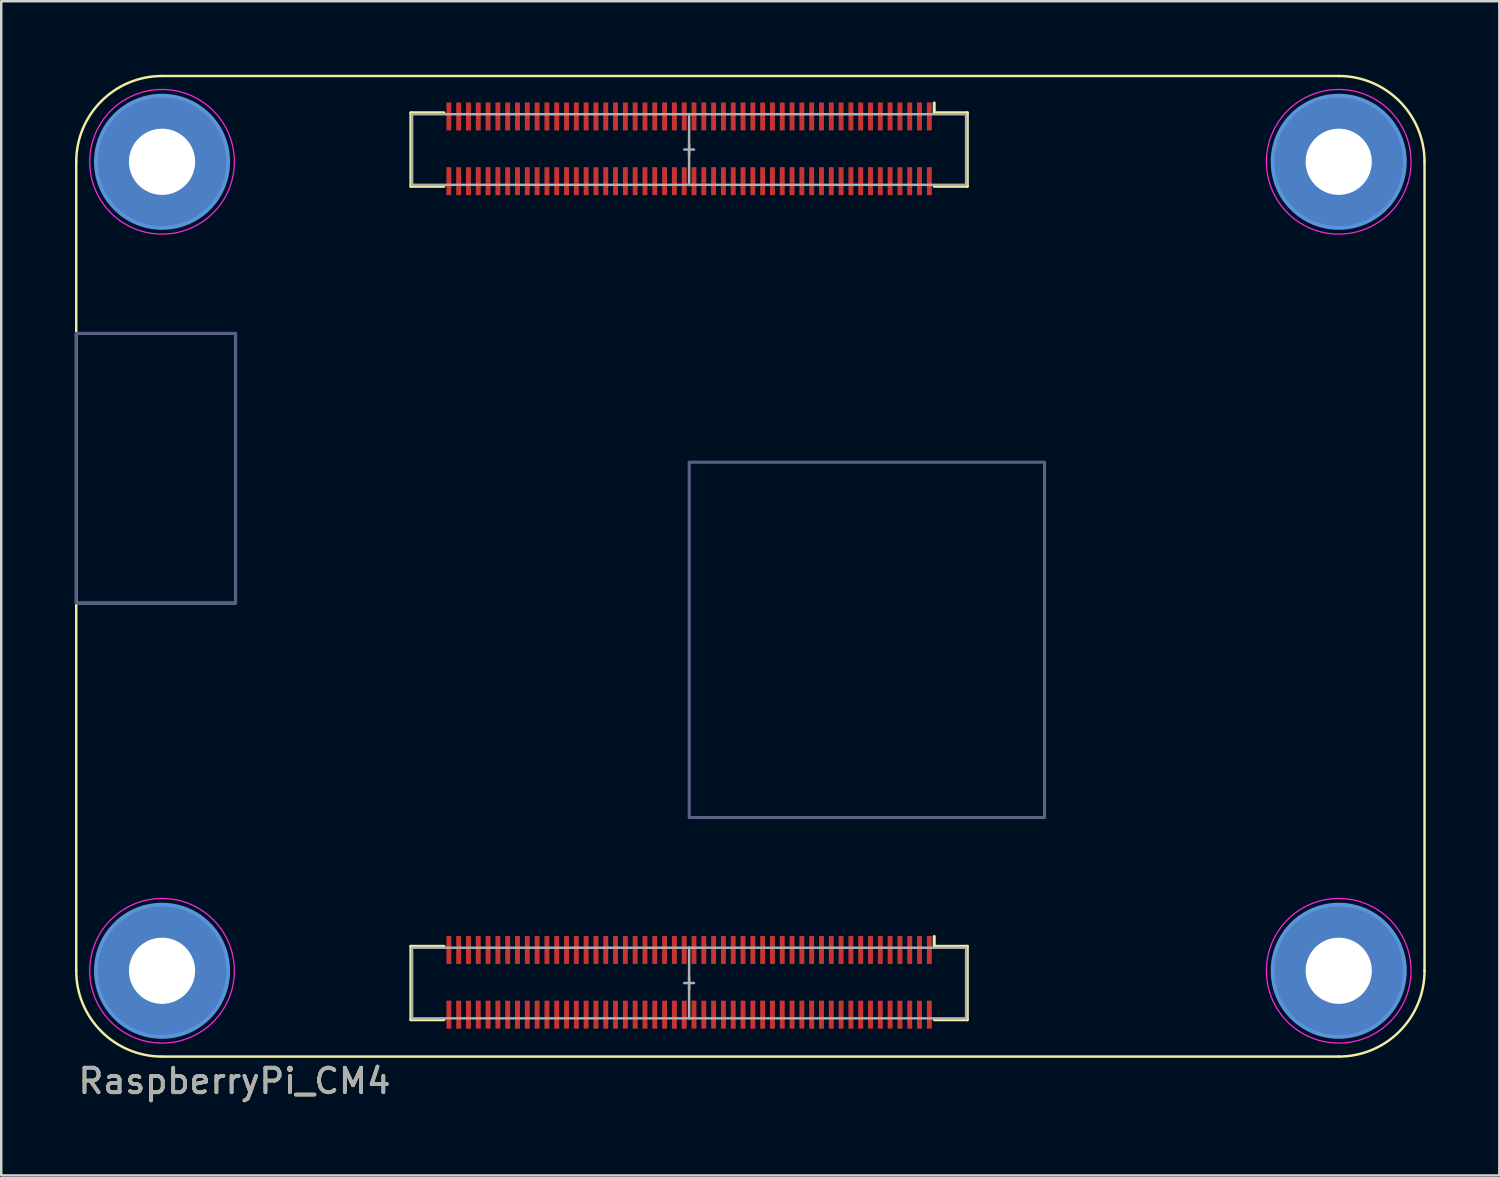
<source format=kicad_pcb>
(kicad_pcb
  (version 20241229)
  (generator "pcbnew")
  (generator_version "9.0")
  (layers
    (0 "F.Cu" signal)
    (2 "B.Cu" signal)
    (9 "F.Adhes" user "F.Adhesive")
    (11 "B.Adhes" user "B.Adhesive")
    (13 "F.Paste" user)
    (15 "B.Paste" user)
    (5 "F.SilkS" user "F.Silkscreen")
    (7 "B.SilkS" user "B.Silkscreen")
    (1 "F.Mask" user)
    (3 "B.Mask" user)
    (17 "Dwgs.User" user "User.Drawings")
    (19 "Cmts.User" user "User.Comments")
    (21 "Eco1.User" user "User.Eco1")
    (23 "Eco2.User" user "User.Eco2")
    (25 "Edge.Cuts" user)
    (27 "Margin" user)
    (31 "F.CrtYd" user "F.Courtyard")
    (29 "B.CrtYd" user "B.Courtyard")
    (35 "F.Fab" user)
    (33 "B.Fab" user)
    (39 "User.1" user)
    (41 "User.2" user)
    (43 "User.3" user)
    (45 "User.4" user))
  (footprint "RaspberryPi_CM4"
    (layer "F.Cu")
    (at 27.56 20.05)
    (property "Reference" "RaspberryPi_CM4" (at -27.5 21 0) (unlocked yes) (layer "F.SilkS") (effects (font (size 1 1) (thickness 0.15)) (justify left)))
    (attr through_hole)
    (fp_line (start -27.5 16.5) (end -27.5 -16.5) (stroke (width 0.1) (type solid)) (layer "F.SilkS"))
    (fp_line (start -24 -20) (end 24 -20) (stroke (width 0.1) (type solid)) (layer "F.SilkS"))
    (fp_line (start -13.85 -18.5) (end -13.85 -15.5) (stroke (width 0.12) (type solid)) (layer "F.SilkS"))
    (fp_line (start -13.85 -15.5) (end -12.5 -15.5) (stroke (width 0.12) (type solid)) (layer "F.SilkS"))
    (fp_line (start -13.85 15.5) (end -13.85 18.5) (stroke (width 0.12) (type solid)) (layer "F.SilkS"))
    (fp_line (start -13.85 18.5) (end -12.5 18.5) (stroke (width 0.12) (type solid)) (layer "F.SilkS"))
    (fp_line (start -12.5 -18.5) (end -13.85 -18.5) (stroke (width 0.12) (type solid)) (layer "F.SilkS"))
    (fp_line (start -12.5 15.5) (end -13.85 15.5) (stroke (width 0.12) (type solid)) (layer "F.SilkS"))
    (fp_line (start 7.5 -18.5) (end 7.5 -18.9) (stroke (width 0.12) (type solid)) (layer "F.SilkS"))
    (fp_line (start 7.5 -18.5) (end 8.85 -18.5) (stroke (width 0.12) (type solid)) (layer "F.SilkS"))
    (fp_line (start 7.5 15.5) (end 7.5 15.1) (stroke (width 0.12) (type solid)) (layer "F.SilkS"))
    (fp_line (start 7.5 15.5) (end 8.85 15.5) (stroke (width 0.12) (type solid)) (layer "F.SilkS"))
    (fp_line (start 8.85 -18.5) (end 8.85 -15.5) (stroke (width 0.12) (type solid)) (layer "F.SilkS"))
    (fp_line (start 8.85 -15.5) (end 7.5 -15.5) (stroke (width 0.12) (type solid)) (layer "F.SilkS"))
    (fp_line (start 8.85 15.5) (end 8.85 18.5) (stroke (width 0.12) (type solid)) (layer "F.SilkS"))
    (fp_line (start 8.85 18.5) (end 7.5 18.5) (stroke (width 0.12) (type solid)) (layer "F.SilkS"))
    (fp_line (start 24 20) (end -24 20) (stroke (width 0.1) (type solid)) (layer "F.SilkS"))
    (fp_line (start 27.5 -16.5) (end 27.5 16.5) (stroke (width 0.1) (type solid)) (layer "F.SilkS"))
    (fp_arc (start -27.5 -16.5) (mid -26.474874 -18.974874) (end -24 -20) (stroke (width 0.1) (type solid)) (layer "F.SilkS"))
    (fp_arc (start -24 20) (mid -26.474874 18.974874) (end -27.5 16.5) (stroke (width 0.1) (type solid)) (layer "F.SilkS"))
    (fp_arc (start 24 -20) (mid 26.474874 -18.974874) (end 27.5 -16.5) (stroke (width 0.1) (type solid)) (layer "F.SilkS"))
    (fp_arc (start 27.5 16.5) (mid 26.474874 18.974874) (end 24 20) (stroke (width 0.1) (type solid)) (layer "F.SilkS"))
    (fp_circle (center -24 -16.5) (end -21.3 -16.5) (stroke (width 0.15) (type solid)) (fill no) (layer "Cmts.User"))
    (fp_circle (center -24 16.5) (end -21.3 16.5) (stroke (width 0.15) (type solid)) (fill no) (layer "Cmts.User"))
    (fp_circle (center 24 -16.5) (end 26.7 -16.5) (stroke (width 0.15) (type solid)) (fill no) (layer "Cmts.User"))
    (fp_circle (center 24 16.5) (end 26.7 16.5) (stroke (width 0.15) (type solid)) (fill no) (layer "Cmts.User"))
    (fp_circle (center -24 -16.5) (end -21.05 -16.5) (stroke (width 0.05) (type solid)) (fill no) (layer "F.CrtYd"))
    (fp_circle (center -24 16.5) (end -21.05 16.5) (stroke (width 0.05) (type solid)) (fill no) (layer "F.CrtYd"))
    (fp_circle (center 24 -16.5) (end 26.95 -16.5) (stroke (width 0.05) (type solid)) (fill no) (layer "F.CrtYd"))
    (fp_circle (center 24 16.5) (end 26.95 16.5) (stroke (width 0.05) (type solid)) (fill no) (layer "F.CrtYd"))
    (fp_rect (start -21 1.5) (end -27.5 -9.5) (stroke (width 0.12) (type solid)) (fill no) (layer "B.Fab"))
    (fp_rect (start -2.5 -4.25) (end 12 10.25) (stroke (width 0.1) (type solid)) (fill no) (layer "B.Fab"))
    (fp_line (start -2.7 -17) (end -2.3 -17) (stroke (width 0.1) (type solid)) (layer "F.Fab"))
    (fp_line (start -2.7 17) (end -2.3 17) (stroke (width 0.1) (type solid)) (layer "F.Fab"))
    (fp_line (start -2.5 -18.45) (end -2.5 -15.55) (stroke (width 0.1) (type solid)) (layer "F.Fab"))
    (fp_line (start -2.5 -16.75) (end -2.5 -17.25) (stroke (width 0.1) (type solid)) (layer "F.Fab"))
    (fp_line (start -2.5 15.55) (end -2.5 18.45) (stroke (width 0.1) (type solid)) (layer "F.Fab"))
    (fp_line (start -2.5 16.75) (end -2.5 17.25) (stroke (width 0.1) (type solid)) (layer "F.Fab"))
    (fp_rect (start -21 1.5) (end -27.5 -9.5) (stroke (width 0.12) (type solid)) (fill no) (layer "F.Fab"))
    (fp_rect (start -13.8 -18.44) (end 8.8 -15.56) (stroke (width 0.1) (type solid)) (fill no) (layer "F.Fab"))
    (fp_rect (start -13.8 15.56) (end 8.8 18.44) (stroke (width 0.1) (type solid)) (fill no) (layer "F.Fab"))
    (fp_rect (start -2.5 -4.25) (end 12 10.25) (stroke (width 0.1) (type solid)) (fill no) (layer "F.Fab"))
    (fp_text user "${REFERENCE}" (at -27.5 21 0) (unlocked yes) (layer "F.Fab") (effects (font (size 1 1) (thickness 0.15)) (justify left)))
    (pad "" thru_hole circle (at -24 -16.5) (size 5.4 5.4) (drill 2.7) (layers "*.Cu" "*.Mask"))
    (pad "" thru_hole circle (at -24 16.5) (size 5.4 5.4) (drill 2.7) (layers "*.Cu" "*.Mask"))
    (pad "" thru_hole circle (at 24 -16.5) (size 5.4 5.4) (drill 2.7) (layers "*.Cu" "*.Mask"))
    (pad "" thru_hole circle (at 24 16.5) (size 5.4 5.4) (drill 2.7) (layers "*.Cu" "*.Mask"))
    (pad "1" smd rect (at 7.3 -18.35) (size 0.2 1.14) (layers "F.Cu" "F.Mask" "F.Paste"))
    (pad "2" smd rect (at 7.3 -15.71) (size 0.2 1.14) (layers "F.Cu" "F.Mask" "F.Paste"))
    (pad "3" smd rect (at 6.9 -18.35) (size 0.2 1.14) (layers "F.Cu" "F.Mask" "F.Paste"))
    (pad "4" smd rect (at 6.9 -15.71) (size 0.2 1.14) (layers "F.Cu" "F.Mask" "F.Paste"))
    (pad "5" smd rect (at 6.5 -18.35) (size 0.2 1.14) (layers "F.Cu" "F.Mask" "F.Paste"))
    (pad "6" smd rect (at 6.5 -15.71) (size 0.2 1.14) (layers "F.Cu" "F.Mask" "F.Paste"))
    (pad "7" smd rect (at 6.1 -18.35) (size 0.2 1.14) (layers "F.Cu" "F.Mask" "F.Paste"))
    (pad "8" smd rect (at 6.1 -15.71) (size 0.2 1.14) (layers "F.Cu" "F.Mask" "F.Paste"))
    (pad "9" smd rect (at 5.7 -18.35) (size 0.2 1.14) (layers "F.Cu" "F.Mask" "F.Paste"))
    (pad "10" smd rect (at 5.7 -15.71) (size 0.2 1.14) (layers "F.Cu" "F.Mask" "F.Paste"))
    (pad "11" smd rect (at 5.3 -18.35) (size 0.2 1.14) (layers "F.Cu" "F.Mask" "F.Paste"))
    (pad "12" smd rect (at 5.3 -15.71) (size 0.2 1.14) (layers "F.Cu" "F.Mask" "F.Paste"))
    (pad "13" smd rect (at 4.9 -18.35) (size 0.2 1.14) (layers "F.Cu" "F.Mask" "F.Paste"))
    (pad "14" smd rect (at 4.9 -15.71) (size 0.2 1.14) (layers "F.Cu" "F.Mask" "F.Paste"))
    (pad "15" smd rect (at 4.5 -18.35) (size 0.2 1.14) (layers "F.Cu" "F.Mask" "F.Paste"))
    (pad "16" smd rect (at 4.5 -15.71) (size 0.2 1.14) (layers "F.Cu" "F.Mask" "F.Paste"))
    (pad "17" smd rect (at 4.1 -18.35) (size 0.2 1.14) (layers "F.Cu" "F.Mask" "F.Paste"))
    (pad "18" smd rect (at 4.1 -15.71) (size 0.2 1.14) (layers "F.Cu" "F.Mask" "F.Paste"))
    (pad "19" smd rect (at 3.7 -18.35) (size 0.2 1.14) (layers "F.Cu" "F.Mask" "F.Paste"))
    (pad "20" smd rect (at 3.7 -15.71) (size 0.2 1.14) (layers "F.Cu" "F.Mask" "F.Paste"))
    (pad "21" smd rect (at 3.3 -18.35) (size 0.2 1.14) (layers "F.Cu" "F.Mask" "F.Paste"))
    (pad "22" smd rect (at 3.3 -15.71) (size 0.2 1.14) (layers "F.Cu" "F.Mask" "F.Paste"))
    (pad "23" smd rect (at 2.9 -18.35) (size 0.2 1.14) (layers "F.Cu" "F.Mask" "F.Paste"))
    (pad "24" smd rect (at 2.9 -15.71) (size 0.2 1.14) (layers "F.Cu" "F.Mask" "F.Paste"))
    (pad "25" smd rect (at 2.5 -18.35) (size 0.2 1.14) (layers "F.Cu" "F.Mask" "F.Paste"))
    (pad "26" smd rect (at 2.5 -15.71) (size 0.2 1.14) (layers "F.Cu" "F.Mask" "F.Paste"))
    (pad "27" smd rect (at 2.1 -18.35) (size 0.2 1.14) (layers "F.Cu" "F.Mask" "F.Paste"))
    (pad "28" smd rect (at 2.1 -15.71) (size 0.2 1.14) (layers "F.Cu" "F.Mask" "F.Paste"))
    (pad "29" smd rect (at 1.7 -18.35) (size 0.2 1.14) (layers "F.Cu" "F.Mask" "F.Paste"))
    (pad "30" smd rect (at 1.7 -15.71) (size 0.2 1.14) (layers "F.Cu" "F.Mask" "F.Paste"))
    (pad "31" smd rect (at 1.3 -18.35) (size 0.2 1.14) (layers "F.Cu" "F.Mask" "F.Paste"))
    (pad "32" smd rect (at 1.3 -15.71) (size 0.2 1.14) (layers "F.Cu" "F.Mask" "F.Paste"))
    (pad "33" smd rect (at 0.9 -18.35) (size 0.2 1.14) (layers "F.Cu" "F.Mask" "F.Paste"))
    (pad "34" smd rect (at 0.9 -15.71) (size 0.2 1.14) (layers "F.Cu" "F.Mask" "F.Paste"))
    (pad "35" smd rect (at 0.5 -18.35) (size 0.2 1.14) (layers "F.Cu" "F.Mask" "F.Paste"))
    (pad "36" smd rect (at 0.5 -15.71) (size 0.2 1.14) (layers "F.Cu" "F.Mask" "F.Paste"))
    (pad "37" smd rect (at 0.1 -18.35) (size 0.2 1.14) (layers "F.Cu" "F.Mask" "F.Paste"))
    (pad "38" smd rect (at 0.1 -15.71) (size 0.2 1.14) (layers "F.Cu" "F.Mask" "F.Paste"))
    (pad "39" smd rect (at -0.3 -18.35) (size 0.2 1.14) (layers "F.Cu" "F.Mask" "F.Paste"))
    (pad "40" smd rect (at -0.3 -15.71) (size 0.2 1.14) (layers "F.Cu" "F.Mask" "F.Paste"))
    (pad "41" smd rect (at -0.7 -18.35) (size 0.2 1.14) (layers "F.Cu" "F.Mask" "F.Paste"))
    (pad "42" smd rect (at -0.7 -15.71) (size 0.2 1.14) (layers "F.Cu" "F.Mask" "F.Paste"))
    (pad "43" smd rect (at -1.1 -18.35) (size 0.2 1.14) (layers "F.Cu" "F.Mask" "F.Paste"))
    (pad "44" smd rect (at -1.1 -15.71) (size 0.2 1.14) (layers "F.Cu" "F.Mask" "F.Paste"))
    (pad "45" smd rect (at -1.5 -18.35) (size 0.2 1.14) (layers "F.Cu" "F.Mask" "F.Paste"))
    (pad "46" smd rect (at -1.5 -15.71) (size 0.2 1.14) (layers "F.Cu" "F.Mask" "F.Paste"))
    (pad "47" smd rect (at -1.9 -18.35) (size 0.2 1.14) (layers "F.Cu" "F.Mask" "F.Paste"))
    (pad "48" smd rect (at -1.9 -15.71) (size 0.2 1.14) (layers "F.Cu" "F.Mask" "F.Paste"))
    (pad "49" smd rect (at -2.3 -18.35) (size 0.2 1.14) (layers "F.Cu" "F.Mask" "F.Paste"))
    (pad "50" smd rect (at -2.3 -15.71) (size 0.2 1.14) (layers "F.Cu" "F.Mask" "F.Paste"))
    (pad "51" smd rect (at -2.7 -18.35) (size 0.2 1.14) (layers "F.Cu" "F.Mask" "F.Paste"))
    (pad "52" smd rect (at -2.7 -15.71) (size 0.2 1.14) (layers "F.Cu" "F.Mask" "F.Paste"))
    (pad "53" smd rect (at -3.1 -18.35) (size 0.2 1.14) (layers "F.Cu" "F.Mask" "F.Paste"))
    (pad "54" smd rect (at -3.1 -15.71) (size 0.2 1.14) (layers "F.Cu" "F.Mask" "F.Paste"))
    (pad "55" smd rect (at -3.5 -18.35) (size 0.2 1.14) (layers "F.Cu" "F.Mask" "F.Paste"))
    (pad "56" smd rect (at -3.5 -15.71) (size 0.2 1.14) (layers "F.Cu" "F.Mask" "F.Paste"))
    (pad "57" smd rect (at -3.9 -18.35) (size 0.2 1.14) (layers "F.Cu" "F.Mask" "F.Paste"))
    (pad "58" smd rect (at -3.9 -15.71) (size 0.2 1.14) (layers "F.Cu" "F.Mask" "F.Paste"))
    (pad "59" smd rect (at -4.3 -18.35) (size 0.2 1.14) (layers "F.Cu" "F.Mask" "F.Paste"))
    (pad "60" smd rect (at -4.3 -15.71) (size 0.2 1.14) (layers "F.Cu" "F.Mask" "F.Paste"))
    (pad "61" smd rect (at -4.7 -18.35) (size 0.2 1.14) (layers "F.Cu" "F.Mask" "F.Paste"))
    (pad "62" smd rect (at -4.7 -15.71) (size 0.2 1.14) (layers "F.Cu" "F.Mask" "F.Paste"))
    (pad "63" smd rect (at -5.1 -18.35) (size 0.2 1.14) (layers "F.Cu" "F.Mask" "F.Paste"))
    (pad "64" smd rect (at -5.1 -15.71) (size 0.2 1.14) (layers "F.Cu" "F.Mask" "F.Paste"))
    (pad "65" smd rect (at -5.5 -18.35) (size 0.2 1.14) (layers "F.Cu" "F.Mask" "F.Paste"))
    (pad "66" smd rect (at -5.5 -15.71) (size 0.2 1.14) (layers "F.Cu" "F.Mask" "F.Paste"))
    (pad "67" smd rect (at -5.9 -18.35) (size 0.2 1.14) (layers "F.Cu" "F.Mask" "F.Paste"))
    (pad "68" smd rect (at -5.9 -15.71) (size 0.2 1.14) (layers "F.Cu" "F.Mask" "F.Paste"))
    (pad "69" smd rect (at -6.3 -18.35) (size 0.2 1.14) (layers "F.Cu" "F.Mask" "F.Paste"))
    (pad "70" smd rect (at -6.3 -15.71) (size 0.2 1.14) (layers "F.Cu" "F.Mask" "F.Paste"))
    (pad "71" smd rect (at -6.7 -18.35) (size 0.2 1.14) (layers "F.Cu" "F.Mask" "F.Paste"))
    (pad "72" smd rect (at -6.7 -15.71) (size 0.2 1.14) (layers "F.Cu" "F.Mask" "F.Paste"))
    (pad "73" smd rect (at -7.1 -18.35) (size 0.2 1.14) (layers "F.Cu" "F.Mask" "F.Paste"))
    (pad "74" smd rect (at -7.1 -15.71) (size 0.2 1.14) (layers "F.Cu" "F.Mask" "F.Paste"))
    (pad "75" smd rect (at -7.5 -18.35) (size 0.2 1.14) (layers "F.Cu" "F.Mask" "F.Paste"))
    (pad "76" smd rect (at -7.5 -15.71) (size 0.2 1.14) (layers "F.Cu" "F.Mask" "F.Paste"))
    (pad "77" smd rect (at -7.9 -18.35) (size 0.2 1.14) (layers "F.Cu" "F.Mask" "F.Paste"))
    (pad "78" smd rect (at -7.9 -15.71) (size 0.2 1.14) (layers "F.Cu" "F.Mask" "F.Paste"))
    (pad "79" smd rect (at -8.3 -18.35) (size 0.2 1.14) (layers "F.Cu" "F.Mask" "F.Paste"))
    (pad "80" smd rect (at -8.3 -15.71) (size 0.2 1.14) (layers "F.Cu" "F.Mask" "F.Paste"))
    (pad "81" smd rect (at -8.7 -18.35) (size 0.2 1.14) (layers "F.Cu" "F.Mask" "F.Paste"))
    (pad "82" smd rect (at -8.7 -15.71) (size 0.2 1.14) (layers "F.Cu" "F.Mask" "F.Paste"))
    (pad "83" smd rect (at -9.1 -18.35) (size 0.2 1.14) (layers "F.Cu" "F.Mask" "F.Paste"))
    (pad "84" smd rect (at -9.1 -15.71) (size 0.2 1.14) (layers "F.Cu" "F.Mask" "F.Paste"))
    (pad "85" smd rect (at -9.5 -18.35) (size 0.2 1.14) (layers "F.Cu" "F.Mask" "F.Paste"))
    (pad "86" smd rect (at -9.5 -15.71) (size 0.2 1.14) (layers "F.Cu" "F.Mask" "F.Paste"))
    (pad "87" smd rect (at -9.9 -18.35) (size 0.2 1.14) (layers "F.Cu" "F.Mask" "F.Paste"))
    (pad "88" smd rect (at -9.9 -15.71) (size 0.2 1.14) (layers "F.Cu" "F.Mask" "F.Paste"))
    (pad "89" smd rect (at -10.3 -18.35) (size 0.2 1.14) (layers "F.Cu" "F.Mask" "F.Paste"))
    (pad "90" smd rect (at -10.3 -15.71) (size 0.2 1.14) (layers "F.Cu" "F.Mask" "F.Paste"))
    (pad "91" smd rect (at -10.7 -18.35) (size 0.2 1.14) (layers "F.Cu" "F.Mask" "F.Paste"))
    (pad "92" smd rect (at -10.7 -15.71) (size 0.2 1.14) (layers "F.Cu" "F.Mask" "F.Paste"))
    (pad "93" smd rect (at -11.1 -18.35) (size 0.2 1.14) (layers "F.Cu" "F.Mask" "F.Paste"))
    (pad "94" smd rect (at -11.1 -15.71) (size 0.2 1.14) (layers "F.Cu" "F.Mask" "F.Paste"))
    (pad "95" smd rect (at -11.5 -18.35) (size 0.2 1.14) (layers "F.Cu" "F.Mask" "F.Paste"))
    (pad "96" smd rect (at -11.5 -15.71) (size 0.2 1.14) (layers "F.Cu" "F.Mask" "F.Paste"))
    (pad "97" smd rect (at -11.9 -18.35) (size 0.2 1.14) (layers "F.Cu" "F.Mask" "F.Paste"))
    (pad "98" smd rect (at -11.9 -15.71) (size 0.2 1.14) (layers "F.Cu" "F.Mask" "F.Paste"))
    (pad "99" smd rect (at -12.3 -18.35) (size 0.2 1.14) (layers "F.Cu" "F.Mask" "F.Paste"))
    (pad "100" smd rect (at -12.3 -15.71) (size 0.2 1.14) (layers "F.Cu" "F.Mask" "F.Paste"))
    (pad "101" smd rect (at 7.3 15.65) (size 0.2 1.14) (layers "F.Cu" "F.Mask" "F.Paste"))
    (pad "102" smd rect (at 7.3 18.29) (size 0.2 1.14) (layers "F.Cu" "F.Mask" "F.Paste"))
    (pad "103" smd rect (at 6.9 15.65) (size 0.2 1.14) (layers "F.Cu" "F.Mask" "F.Paste"))
    (pad "104" smd rect (at 6.9 18.29) (size 0.2 1.14) (layers "F.Cu" "F.Mask" "F.Paste"))
    (pad "105" smd rect (at 6.5 15.65) (size 0.2 1.14) (layers "F.Cu" "F.Mask" "F.Paste"))
    (pad "106" smd rect (at 6.5 18.29) (size 0.2 1.14) (layers "F.Cu" "F.Mask" "F.Paste"))
    (pad "107" smd rect (at 6.1 15.65) (size 0.2 1.14) (layers "F.Cu" "F.Mask" "F.Paste"))
    (pad "108" smd rect (at 6.1 18.29) (size 0.2 1.14) (layers "F.Cu" "F.Mask" "F.Paste"))
    (pad "109" smd rect (at 5.7 15.65) (size 0.2 1.14) (layers "F.Cu" "F.Mask" "F.Paste"))
    (pad "110" smd rect (at 5.7 18.29) (size 0.2 1.14) (layers "F.Cu" "F.Mask" "F.Paste"))
    (pad "111" smd rect (at 5.3 15.65) (size 0.2 1.14) (layers "F.Cu" "F.Mask" "F.Paste"))
    (pad "112" smd rect (at 5.3 18.29) (size 0.2 1.14) (layers "F.Cu" "F.Mask" "F.Paste"))
    (pad "113" smd rect (at 4.9 15.65) (size 0.2 1.14) (layers "F.Cu" "F.Mask" "F.Paste"))
    (pad "114" smd rect (at 4.9 18.29) (size 0.2 1.14) (layers "F.Cu" "F.Mask" "F.Paste"))
    (pad "115" smd rect (at 4.5 15.65) (size 0.2 1.14) (layers "F.Cu" "F.Mask" "F.Paste"))
    (pad "116" smd rect (at 4.5 18.29) (size 0.2 1.14) (layers "F.Cu" "F.Mask" "F.Paste"))
    (pad "117" smd rect (at 4.1 15.65) (size 0.2 1.14) (layers "F.Cu" "F.Mask" "F.Paste"))
    (pad "118" smd rect (at 4.1 18.29) (size 0.2 1.14) (layers "F.Cu" "F.Mask" "F.Paste"))
    (pad "119" smd rect (at 3.7 15.65) (size 0.2 1.14) (layers "F.Cu" "F.Mask" "F.Paste"))
    (pad "120" smd rect (at 3.7 18.29) (size 0.2 1.14) (layers "F.Cu" "F.Mask" "F.Paste"))
    (pad "121" smd rect (at 3.3 15.65) (size 0.2 1.14) (layers "F.Cu" "F.Mask" "F.Paste"))
    (pad "122" smd rect (at 3.3 18.29) (size 0.2 1.14) (layers "F.Cu" "F.Mask" "F.Paste"))
    (pad "123" smd rect (at 2.9 15.65) (size 0.2 1.14) (layers "F.Cu" "F.Mask" "F.Paste"))
    (pad "124" smd rect (at 2.9 18.29) (size 0.2 1.14) (layers "F.Cu" "F.Mask" "F.Paste"))
    (pad "125" smd rect (at 2.5 15.65) (size 0.2 1.14) (layers "F.Cu" "F.Mask" "F.Paste"))
    (pad "126" smd rect (at 2.5 18.29) (size 0.2 1.14) (layers "F.Cu" "F.Mask" "F.Paste"))
    (pad "127" smd rect (at 2.1 15.65) (size 0.2 1.14) (layers "F.Cu" "F.Mask" "F.Paste"))
    (pad "128" smd rect (at 2.1 18.29) (size 0.2 1.14) (layers "F.Cu" "F.Mask" "F.Paste"))
    (pad "129" smd rect (at 1.7 15.65) (size 0.2 1.14) (layers "F.Cu" "F.Mask" "F.Paste"))
    (pad "130" smd rect (at 1.7 18.29) (size 0.2 1.14) (layers "F.Cu" "F.Mask" "F.Paste"))
    (pad "131" smd rect (at 1.3 15.65) (size 0.2 1.14) (layers "F.Cu" "F.Mask" "F.Paste"))
    (pad "132" smd rect (at 1.3 18.29) (size 0.2 1.14) (layers "F.Cu" "F.Mask" "F.Paste"))
    (pad "133" smd rect (at 0.9 15.65) (size 0.2 1.14) (layers "F.Cu" "F.Mask" "F.Paste"))
    (pad "134" smd rect (at 0.9 18.29) (size 0.2 1.14) (layers "F.Cu" "F.Mask" "F.Paste"))
    (pad "135" smd rect (at 0.5 15.65) (size 0.2 1.14) (layers "F.Cu" "F.Mask" "F.Paste"))
    (pad "136" smd rect (at 0.5 18.29) (size 0.2 1.14) (layers "F.Cu" "F.Mask" "F.Paste"))
    (pad "137" smd rect (at 0.1 15.65) (size 0.2 1.14) (layers "F.Cu" "F.Mask" "F.Paste"))
    (pad "138" smd rect (at 0.1 18.29) (size 0.2 1.14) (layers "F.Cu" "F.Mask" "F.Paste"))
    (pad "139" smd rect (at -0.3 15.65) (size 0.2 1.14) (layers "F.Cu" "F.Mask" "F.Paste"))
    (pad "140" smd rect (at -0.3 18.29) (size 0.2 1.14) (layers "F.Cu" "F.Mask" "F.Paste"))
    (pad "141" smd rect (at -0.7 15.65) (size 0.2 1.14) (layers "F.Cu" "F.Mask" "F.Paste"))
    (pad "142" smd rect (at -0.7 18.29) (size 0.2 1.14) (layers "F.Cu" "F.Mask" "F.Paste"))
    (pad "143" smd rect (at -1.1 15.65) (size 0.2 1.14) (layers "F.Cu" "F.Mask" "F.Paste"))
    (pad "144" smd rect (at -1.1 18.29) (size 0.2 1.14) (layers "F.Cu" "F.Mask" "F.Paste"))
    (pad "145" smd rect (at -1.5 15.65) (size 0.2 1.14) (layers "F.Cu" "F.Mask" "F.Paste"))
    (pad "146" smd rect (at -1.5 18.29) (size 0.2 1.14) (layers "F.Cu" "F.Mask" "F.Paste"))
    (pad "147" smd rect (at -1.9 15.65) (size 0.2 1.14) (layers "F.Cu" "F.Mask" "F.Paste"))
    (pad "148" smd rect (at -1.9 18.29) (size 0.2 1.14) (layers "F.Cu" "F.Mask" "F.Paste"))
    (pad "149" smd rect (at -2.3 15.65) (size 0.2 1.14) (layers "F.Cu" "F.Mask" "F.Paste"))
    (pad "150" smd rect (at -2.3 18.29) (size 0.2 1.14) (layers "F.Cu" "F.Mask" "F.Paste"))
    (pad "151" smd rect (at -2.7 15.65) (size 0.2 1.14) (layers "F.Cu" "F.Mask" "F.Paste"))
    (pad "152" smd rect (at -2.7 18.29) (size 0.2 1.14) (layers "F.Cu" "F.Mask" "F.Paste"))
    (pad "153" smd rect (at -3.1 15.65) (size 0.2 1.14) (layers "F.Cu" "F.Mask" "F.Paste"))
    (pad "154" smd rect (at -3.1 18.29) (size 0.2 1.14) (layers "F.Cu" "F.Mask" "F.Paste"))
    (pad "155" smd rect (at -3.5 15.65) (size 0.2 1.14) (layers "F.Cu" "F.Mask" "F.Paste"))
    (pad "156" smd rect (at -3.5 18.29) (size 0.2 1.14) (layers "F.Cu" "F.Mask" "F.Paste"))
    (pad "157" smd rect (at -3.9 15.65) (size 0.2 1.14) (layers "F.Cu" "F.Mask" "F.Paste"))
    (pad "158" smd rect (at -3.9 18.29) (size 0.2 1.14) (layers "F.Cu" "F.Mask" "F.Paste"))
    (pad "159" smd rect (at -4.3 15.65) (size 0.2 1.14) (layers "F.Cu" "F.Mask" "F.Paste"))
    (pad "160" smd rect (at -4.3 18.29) (size 0.2 1.14) (layers "F.Cu" "F.Mask" "F.Paste"))
    (pad "161" smd rect (at -4.7 15.65) (size 0.2 1.14) (layers "F.Cu" "F.Mask" "F.Paste"))
    (pad "162" smd rect (at -4.7 18.29) (size 0.2 1.14) (layers "F.Cu" "F.Mask" "F.Paste"))
    (pad "163" smd rect (at -5.1 15.65) (size 0.2 1.14) (layers "F.Cu" "F.Mask" "F.Paste"))
    (pad "164" smd rect (at -5.1 18.29) (size 0.2 1.14) (layers "F.Cu" "F.Mask" "F.Paste"))
    (pad "165" smd rect (at -5.5 15.65) (size 0.2 1.14) (layers "F.Cu" "F.Mask" "F.Paste"))
    (pad "166" smd rect (at -5.5 18.29) (size 0.2 1.14) (layers "F.Cu" "F.Mask" "F.Paste"))
    (pad "167" smd rect (at -5.9 15.65) (size 0.2 1.14) (layers "F.Cu" "F.Mask" "F.Paste"))
    (pad "168" smd rect (at -5.9 18.29) (size 0.2 1.14) (layers "F.Cu" "F.Mask" "F.Paste"))
    (pad "169" smd rect (at -6.3 15.65) (size 0.2 1.14) (layers "F.Cu" "F.Mask" "F.Paste"))
    (pad "170" smd rect (at -6.3 18.29) (size 0.2 1.14) (layers "F.Cu" "F.Mask" "F.Paste"))
    (pad "171" smd rect (at -6.7 15.65) (size 0.2 1.14) (layers "F.Cu" "F.Mask" "F.Paste"))
    (pad "172" smd rect (at -6.7 18.29) (size 0.2 1.14) (layers "F.Cu" "F.Mask" "F.Paste"))
    (pad "173" smd rect (at -7.1 15.65) (size 0.2 1.14) (layers "F.Cu" "F.Mask" "F.Paste"))
    (pad "174" smd rect (at -7.1 18.29) (size 0.2 1.14) (layers "F.Cu" "F.Mask" "F.Paste"))
    (pad "175" smd rect (at -7.5 15.65) (size 0.2 1.14) (layers "F.Cu" "F.Mask" "F.Paste"))
    (pad "176" smd rect (at -7.5 18.29) (size 0.2 1.14) (layers "F.Cu" "F.Mask" "F.Paste"))
    (pad "177" smd rect (at -7.9 15.65) (size 0.2 1.14) (layers "F.Cu" "F.Mask" "F.Paste"))
    (pad "178" smd rect (at -7.9 18.29) (size 0.2 1.14) (layers "F.Cu" "F.Mask" "F.Paste"))
    (pad "179" smd rect (at -8.3 15.65) (size 0.2 1.14) (layers "F.Cu" "F.Mask" "F.Paste"))
    (pad "180" smd rect (at -8.3 18.29) (size 0.2 1.14) (layers "F.Cu" "F.Mask" "F.Paste"))
    (pad "181" smd rect (at -8.7 15.65) (size 0.2 1.14) (layers "F.Cu" "F.Mask" "F.Paste"))
    (pad "182" smd rect (at -8.7 18.29) (size 0.2 1.14) (layers "F.Cu" "F.Mask" "F.Paste"))
    (pad "183" smd rect (at -9.1 15.65) (size 0.2 1.14) (layers "F.Cu" "F.Mask" "F.Paste"))
    (pad "184" smd rect (at -9.1 18.29) (size 0.2 1.14) (layers "F.Cu" "F.Mask" "F.Paste"))
    (pad "185" smd rect (at -9.5 15.65) (size 0.2 1.14) (layers "F.Cu" "F.Mask" "F.Paste"))
    (pad "186" smd rect (at -9.5 18.29) (size 0.2 1.14) (layers "F.Cu" "F.Mask" "F.Paste"))
    (pad "187" smd rect (at -9.9 15.65) (size 0.2 1.14) (layers "F.Cu" "F.Mask" "F.Paste"))
    (pad "188" smd rect (at -9.9 18.29) (size 0.2 1.14) (layers "F.Cu" "F.Mask" "F.Paste"))
    (pad "189" smd rect (at -10.3 15.65) (size 0.2 1.14) (layers "F.Cu" "F.Mask" "F.Paste"))
    (pad "190" smd rect (at -10.3 18.29) (size 0.2 1.14) (layers "F.Cu" "F.Mask" "F.Paste"))
    (pad "191" smd rect (at -10.7 15.65) (size 0.2 1.14) (layers "F.Cu" "F.Mask" "F.Paste"))
    (pad "192" smd rect (at -10.7 18.29) (size 0.2 1.14) (layers "F.Cu" "F.Mask" "F.Paste"))
    (pad "193" smd rect (at -11.1 15.65) (size 0.2 1.14) (layers "F.Cu" "F.Mask" "F.Paste"))
    (pad "194" smd rect (at -11.1 18.29) (size 0.2 1.14) (layers "F.Cu" "F.Mask" "F.Paste"))
    (pad "195" smd rect (at -11.5 15.65) (size 0.2 1.14) (layers "F.Cu" "F.Mask" "F.Paste"))
    (pad "196" smd rect (at -11.5 18.29) (size 0.2 1.14) (layers "F.Cu" "F.Mask" "F.Paste"))
    (pad "197" smd rect (at -11.9 15.65) (size 0.2 1.14) (layers "F.Cu" "F.Mask" "F.Paste"))
    (pad "198" smd rect (at -11.9 18.29) (size 0.2 1.14) (layers "F.Cu" "F.Mask" "F.Paste"))
    (pad "199" smd rect (at -12.3 15.65) (size 0.2 1.14) (layers "F.Cu" "F.Mask" "F.Paste"))
    (pad "200" smd rect (at -12.3 18.29) (size 0.2 1.14) (layers "F.Cu" "F.Mask" "F.Paste"))
    (zone (net_name "") (layers "F.Cu" "B.Cu") (hatch edge 0.508) (connect_pads) (min_thickness 0.254) (filled_areas_thickness no) (keepout (tracks not_allowed) (vias not_allowed) (pads not_allowed) (copperpour not_allowed) (footprints not_allowed)) (placement (enabled no)) (fill) (polygon (pts (xy 6.56 10.55) (xy 0.06 10.55) (xy 0.06 21.55) (xy 6.56 21.55))))
    (zone (net_name "") (layers "F.Cu" "B.Cu") (hatch edge 0.508) (connect_pads) (min_thickness 0.254) (filled_areas_thickness no) (keepout (tracks not_allowed) (vias not_allowed) (pads not_allowed) (copperpour not_allowed) (footprints not_allowed)) (placement (enabled no)) (fill) (polygon (pts (xy 6.56 21.55) (xy 0.06 21.55) (xy 0.06 10.55) (xy 6.56 10.55)))))
  (gr_rect
    (start -3 -3)
    (end 58.11 44.898)
    (stroke (width 0.1) (type default))
    (fill no)
    (layer "Edge.Cuts")))
</source>
